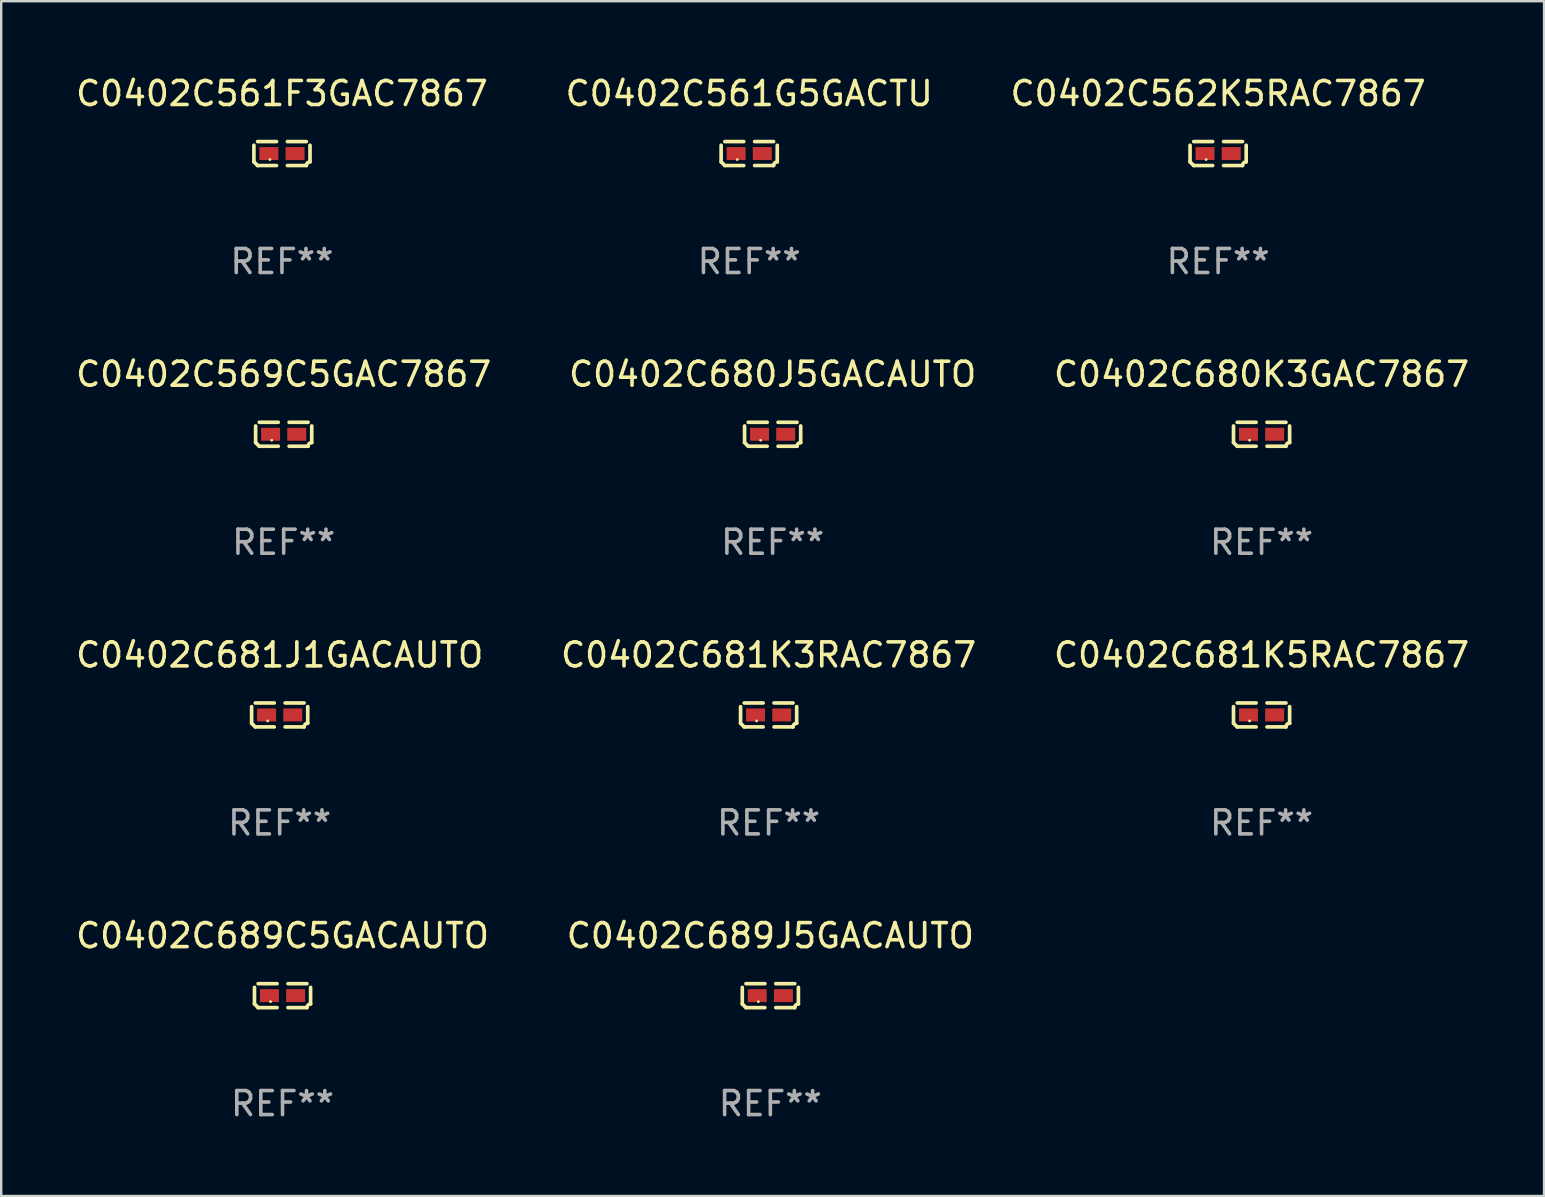
<source format=kicad_pcb>
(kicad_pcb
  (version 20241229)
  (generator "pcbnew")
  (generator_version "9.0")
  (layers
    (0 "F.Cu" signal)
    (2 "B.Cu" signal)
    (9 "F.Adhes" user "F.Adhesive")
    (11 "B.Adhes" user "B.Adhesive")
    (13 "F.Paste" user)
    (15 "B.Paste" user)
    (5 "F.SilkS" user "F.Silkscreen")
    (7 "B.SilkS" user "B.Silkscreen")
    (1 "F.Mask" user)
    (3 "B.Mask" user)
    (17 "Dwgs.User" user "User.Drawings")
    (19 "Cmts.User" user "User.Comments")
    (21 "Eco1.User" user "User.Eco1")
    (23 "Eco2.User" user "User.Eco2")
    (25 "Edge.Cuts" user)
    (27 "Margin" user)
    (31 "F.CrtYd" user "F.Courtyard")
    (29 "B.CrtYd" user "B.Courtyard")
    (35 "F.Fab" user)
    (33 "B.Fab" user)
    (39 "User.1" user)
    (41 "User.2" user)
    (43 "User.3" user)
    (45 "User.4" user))
  (footprint "C0402C689C5GACAUTO"
    (layer "F.Cu")
    (at 8.72 38.428)
    (property "Reference" "C0402C689C5GACAUTO" (at 0 -2.499 0) (layer "F.SilkS") (effects (font (size 1 1) (thickness 0.15))))
    (attr through_hole)
    (fp_line (start -1.169 0.346) (end -1.169 -0.346) (stroke (width 0.152) (type solid)) (layer "F.SilkS"))
    (fp_line (start -1.016 -0.499) (end -0.226 -0.499) (stroke (width 0.152) (type solid)) (layer "F.SilkS"))
    (fp_line (start -0.226 0.499) (end -1.016 0.499) (stroke (width 0.152) (type solid)) (layer "F.SilkS"))
    (fp_line (start 0.226 0.499) (end 1.016 0.499) (stroke (width 0.152) (type solid)) (layer "F.SilkS"))
    (fp_line (start 1.016 -0.499) (end 0.226 -0.499) (stroke (width 0.152) (type solid)) (layer "F.SilkS"))
    (fp_line (start 1.169 0.346) (end 1.169 -0.346) (stroke (width 0.152) (type solid)) (layer "F.SilkS"))
    (fp_arc (start -1.016307 0.498603) (mid -1.092512 0.422405) (end -1.16871 0.3462) (stroke (width 0.1524) (type solid)) (layer "F.SilkS"))
    (fp_arc (start 1.016307 0.498603) (mid 1.060899 0.390758) (end 1.168707 0.346076) (stroke (width 0.1524) (type solid)) (layer "F.SilkS"))
    (fp_circle (center -0.5 0.25) (end -0.47 0.25) (stroke (width 0.06) (type solid)) (fill no) (layer "F.SilkS"))
    (fp_text user "REF**" (at 0 4.499 0) (layer "F.Fab") (effects (font (size 1 1) (thickness 0.15))))
    (pad "1" smd rect (at -0.545 0) (size 0.79 0.54) (layers "F.Cu" "F.Mask" "F.Paste"))
    (pad "2" smd rect (at 0.545 0) (size 0.79 0.54) (layers "F.Cu" "F.Mask" "F.Paste")))
  (footprint "C0402C681K5RAC7867"
    (layer "F.Cu")
    (at 49.506 26.734)
    (property "Reference" "C0402C681K5RAC7867" (at 0 -2.499 0) (layer "F.SilkS") (effects (font (size 1 1) (thickness 0.15))))
    (attr through_hole)
    (fp_line (start -1.169 0.346) (end -1.169 -0.346) (stroke (width 0.152) (type solid)) (layer "F.SilkS"))
    (fp_line (start -1.016 -0.499) (end -0.226 -0.499) (stroke (width 0.152) (type solid)) (layer "F.SilkS"))
    (fp_line (start -0.226 0.499) (end -1.016 0.499) (stroke (width 0.152) (type solid)) (layer "F.SilkS"))
    (fp_line (start 0.226 0.499) (end 1.016 0.499) (stroke (width 0.152) (type solid)) (layer "F.SilkS"))
    (fp_line (start 1.016 -0.499) (end 0.226 -0.499) (stroke (width 0.152) (type solid)) (layer "F.SilkS"))
    (fp_line (start 1.169 0.346) (end 1.169 -0.346) (stroke (width 0.152) (type solid)) (layer "F.SilkS"))
    (fp_arc (start -1.016307 0.498603) (mid -1.092512 0.422405) (end -1.16871 0.3462) (stroke (width 0.1524) (type solid)) (layer "F.SilkS"))
    (fp_arc (start 1.016307 0.498603) (mid 1.060899 0.390758) (end 1.168707 0.346076) (stroke (width 0.1524) (type solid)) (layer "F.SilkS"))
    (fp_circle (center -0.5 0.25) (end -0.47 0.25) (stroke (width 0.06) (type solid)) (fill no) (layer "F.SilkS"))
    (fp_text user "REF**" (at 0 4.499 0) (layer "F.Fab") (effects (font (size 1 1) (thickness 0.15))))
    (pad "1" smd rect (at -0.545 0) (size 0.79 0.54) (layers "F.Cu" "F.Mask" "F.Paste"))
    (pad "2" smd rect (at 0.545 0) (size 0.79 0.54) (layers "F.Cu" "F.Mask" "F.Paste")))
  (footprint "C0402C569C5GAC7867"
    (layer "F.Cu")
    (at 8.768 15.041)
    (property "Reference" "C0402C569C5GAC7867" (at 0 -2.499 0) (layer "F.SilkS") (effects (font (size 1 1) (thickness 0.15))))
    (attr through_hole)
    (fp_line (start -1.169 0.346) (end -1.169 -0.346) (stroke (width 0.152) (type solid)) (layer "F.SilkS"))
    (fp_line (start -1.016 -0.499) (end -0.226 -0.499) (stroke (width 0.152) (type solid)) (layer "F.SilkS"))
    (fp_line (start -0.226 0.499) (end -1.016 0.499) (stroke (width 0.152) (type solid)) (layer "F.SilkS"))
    (fp_line (start 0.226 0.499) (end 1.016 0.499) (stroke (width 0.152) (type solid)) (layer "F.SilkS"))
    (fp_line (start 1.016 -0.499) (end 0.226 -0.499) (stroke (width 0.152) (type solid)) (layer "F.SilkS"))
    (fp_line (start 1.169 0.346) (end 1.169 -0.346) (stroke (width 0.152) (type solid)) (layer "F.SilkS"))
    (fp_arc (start -1.016307 0.498603) (mid -1.092512 0.422405) (end -1.16871 0.3462) (stroke (width 0.1524) (type solid)) (layer "F.SilkS"))
    (fp_arc (start 1.016307 0.498603) (mid 1.060899 0.390758) (end 1.168707 0.346076) (stroke (width 0.1524) (type solid)) (layer "F.SilkS"))
    (fp_circle (center -0.5 0.25) (end -0.47 0.25) (stroke (width 0.06) (type solid)) (fill no) (layer "F.SilkS"))
    (fp_text user "REF**" (at 0 4.499 0) (layer "F.Fab") (effects (font (size 1 1) (thickness 0.15))))
    (pad "1" smd rect (at -0.545 0) (size 0.79 0.54) (layers "F.Cu" "F.Mask" "F.Paste"))
    (pad "2" smd rect (at 0.545 0) (size 0.79 0.54) (layers "F.Cu" "F.Mask" "F.Paste")))
  (footprint "C0402C562K5RAC7867"
    (layer "F.Cu")
    (at 47.696 3.347)
    (property "Reference" "C0402C562K5RAC7867" (at 0 -2.499 0) (layer "F.SilkS") (effects (font (size 1 1) (thickness 0.15))))
    (attr through_hole)
    (fp_line (start -1.169 0.346) (end -1.169 -0.346) (stroke (width 0.152) (type solid)) (layer "F.SilkS"))
    (fp_line (start -1.016 -0.499) (end -0.226 -0.499) (stroke (width 0.152) (type solid)) (layer "F.SilkS"))
    (fp_line (start -0.226 0.499) (end -1.016 0.499) (stroke (width 0.152) (type solid)) (layer "F.SilkS"))
    (fp_line (start 0.226 0.499) (end 1.016 0.499) (stroke (width 0.152) (type solid)) (layer "F.SilkS"))
    (fp_line (start 1.016 -0.499) (end 0.226 -0.499) (stroke (width 0.152) (type solid)) (layer "F.SilkS"))
    (fp_line (start 1.169 0.346) (end 1.169 -0.346) (stroke (width 0.152) (type solid)) (layer "F.SilkS"))
    (fp_arc (start -1.016307 0.498603) (mid -1.092512 0.422405) (end -1.16871 0.3462) (stroke (width 0.1524) (type solid)) (layer "F.SilkS"))
    (fp_arc (start 1.016307 0.498603) (mid 1.060899 0.390758) (end 1.168707 0.346076) (stroke (width 0.1524) (type solid)) (layer "F.SilkS"))
    (fp_circle (center -0.5 0.25) (end -0.47 0.25) (stroke (width 0.06) (type solid)) (fill no) (layer "F.SilkS"))
    (fp_text user "REF**" (at 0 4.499 0) (layer "F.Fab") (effects (font (size 1 1) (thickness 0.15))))
    (pad "1" smd rect (at -0.545 0) (size 0.79 0.54) (layers "F.Cu" "F.Mask" "F.Paste"))
    (pad "2" smd rect (at 0.545 0) (size 0.79 0.54) (layers "F.Cu" "F.Mask" "F.Paste")))
  (footprint "C0402C561G5GACTU"
    (layer "F.Cu")
    (at 28.161 3.347)
    (property "Reference" "C0402C561G5GACTU" (at 0 -2.499 0) (layer "F.SilkS") (effects (font (size 1 1) (thickness 0.15))))
    (attr through_hole)
    (fp_line (start -1.169 0.346) (end -1.169 -0.346) (stroke (width 0.152) (type solid)) (layer "F.SilkS"))
    (fp_line (start -1.016 -0.499) (end -0.226 -0.499) (stroke (width 0.152) (type solid)) (layer "F.SilkS"))
    (fp_line (start -0.226 0.499) (end -1.016 0.499) (stroke (width 0.152) (type solid)) (layer "F.SilkS"))
    (fp_line (start 0.226 0.499) (end 1.016 0.499) (stroke (width 0.152) (type solid)) (layer "F.SilkS"))
    (fp_line (start 1.016 -0.499) (end 0.226 -0.499) (stroke (width 0.152) (type solid)) (layer "F.SilkS"))
    (fp_line (start 1.169 0.346) (end 1.169 -0.346) (stroke (width 0.152) (type solid)) (layer "F.SilkS"))
    (fp_arc (start -1.016307 0.498603) (mid -1.092512 0.422405) (end -1.16871 0.3462) (stroke (width 0.1524) (type solid)) (layer "F.SilkS"))
    (fp_arc (start 1.016307 0.498603) (mid 1.060899 0.390758) (end 1.168707 0.346076) (stroke (width 0.1524) (type solid)) (layer "F.SilkS"))
    (fp_circle (center -0.5 0.25) (end -0.47 0.25) (stroke (width 0.06) (type solid)) (fill no) (layer "F.SilkS"))
    (fp_text user "REF**" (at 0 4.499 0) (layer "F.Fab") (effects (font (size 1 1) (thickness 0.15))))
    (pad "1" smd rect (at -0.545 0) (size 0.79 0.54) (layers "F.Cu" "F.Mask" "F.Paste"))
    (pad "2" smd rect (at 0.545 0) (size 0.79 0.54) (layers "F.Cu" "F.Mask" "F.Paste")))
  (footprint "C0402C681J1GACAUTO"
    (layer "F.Cu")
    (at 8.601 26.734)
    (property "Reference" "C0402C681J1GACAUTO" (at 0 -2.499 0) (layer "F.SilkS") (effects (font (size 1 1) (thickness 0.15))))
    (attr through_hole)
    (fp_line (start -1.169 0.346) (end -1.169 -0.346) (stroke (width 0.152) (type solid)) (layer "F.SilkS"))
    (fp_line (start -1.016 -0.499) (end -0.226 -0.499) (stroke (width 0.152) (type solid)) (layer "F.SilkS"))
    (fp_line (start -0.226 0.499) (end -1.016 0.499) (stroke (width 0.152) (type solid)) (layer "F.SilkS"))
    (fp_line (start 0.226 0.499) (end 1.016 0.499) (stroke (width 0.152) (type solid)) (layer "F.SilkS"))
    (fp_line (start 1.016 -0.499) (end 0.226 -0.499) (stroke (width 0.152) (type solid)) (layer "F.SilkS"))
    (fp_line (start 1.169 0.346) (end 1.169 -0.346) (stroke (width 0.152) (type solid)) (layer "F.SilkS"))
    (fp_arc (start -1.016307 0.498603) (mid -1.092512 0.422405) (end -1.16871 0.3462) (stroke (width 0.1524) (type solid)) (layer "F.SilkS"))
    (fp_arc (start 1.016307 0.498603) (mid 1.060899 0.390758) (end 1.168707 0.346076) (stroke (width 0.1524) (type solid)) (layer "F.SilkS"))
    (fp_circle (center -0.5 0.25) (end -0.47 0.25) (stroke (width 0.06) (type solid)) (fill no) (layer "F.SilkS"))
    (fp_text user "REF**" (at 0 4.499 0) (layer "F.Fab") (effects (font (size 1 1) (thickness 0.15))))
    (pad "1" smd rect (at -0.545 0) (size 0.79 0.54) (layers "F.Cu" "F.Mask" "F.Paste"))
    (pad "2" smd rect (at 0.545 0) (size 0.79 0.54) (layers "F.Cu" "F.Mask" "F.Paste")))
  (footprint "C0402C689J5GACAUTO"
    (layer "F.Cu")
    (at 29.042 38.428)
    (property "Reference" "C0402C689J5GACAUTO" (at 0 -2.499 0) (layer "F.SilkS") (effects (font (size 1 1) (thickness 0.15))))
    (attr through_hole)
    (fp_line (start -1.169 0.346) (end -1.169 -0.346) (stroke (width 0.152) (type solid)) (layer "F.SilkS"))
    (fp_line (start -1.016 -0.499) (end -0.226 -0.499) (stroke (width 0.152) (type solid)) (layer "F.SilkS"))
    (fp_line (start -0.226 0.499) (end -1.016 0.499) (stroke (width 0.152) (type solid)) (layer "F.SilkS"))
    (fp_line (start 0.226 0.499) (end 1.016 0.499) (stroke (width 0.152) (type solid)) (layer "F.SilkS"))
    (fp_line (start 1.016 -0.499) (end 0.226 -0.499) (stroke (width 0.152) (type solid)) (layer "F.SilkS"))
    (fp_line (start 1.169 0.346) (end 1.169 -0.346) (stroke (width 0.152) (type solid)) (layer "F.SilkS"))
    (fp_arc (start -1.016307 0.498603) (mid -1.092512 0.422405) (end -1.16871 0.3462) (stroke (width 0.1524) (type solid)) (layer "F.SilkS"))
    (fp_arc (start 1.016307 0.498603) (mid 1.060899 0.390758) (end 1.168707 0.346076) (stroke (width 0.1524) (type solid)) (layer "F.SilkS"))
    (fp_circle (center -0.5 0.25) (end -0.47 0.25) (stroke (width 0.06) (type solid)) (fill no) (layer "F.SilkS"))
    (fp_text user "REF**" (at 0 4.499 0) (layer "F.Fab") (effects (font (size 1 1) (thickness 0.15))))
    (pad "1" smd rect (at -0.545 0) (size 0.79 0.54) (layers "F.Cu" "F.Mask" "F.Paste"))
    (pad "2" smd rect (at 0.545 0) (size 0.79 0.54) (layers "F.Cu" "F.Mask" "F.Paste")))
  (footprint "C0402C680J5GACAUTO"
    (layer "F.Cu")
    (at 29.137 15.041)
    (property "Reference" "C0402C680J5GACAUTO" (at 0 -2.499 0) (layer "F.SilkS") (effects (font (size 1 1) (thickness 0.15))))
    (attr through_hole)
    (fp_line (start -1.169 0.346) (end -1.169 -0.346) (stroke (width 0.152) (type solid)) (layer "F.SilkS"))
    (fp_line (start -1.016 -0.499) (end -0.226 -0.499) (stroke (width 0.152) (type solid)) (layer "F.SilkS"))
    (fp_line (start -0.226 0.499) (end -1.016 0.499) (stroke (width 0.152) (type solid)) (layer "F.SilkS"))
    (fp_line (start 0.226 0.499) (end 1.016 0.499) (stroke (width 0.152) (type solid)) (layer "F.SilkS"))
    (fp_line (start 1.016 -0.499) (end 0.226 -0.499) (stroke (width 0.152) (type solid)) (layer "F.SilkS"))
    (fp_line (start 1.169 0.346) (end 1.169 -0.346) (stroke (width 0.152) (type solid)) (layer "F.SilkS"))
    (fp_arc (start -1.016307 0.498603) (mid -1.092512 0.422405) (end -1.16871 0.3462) (stroke (width 0.1524) (type solid)) (layer "F.SilkS"))
    (fp_arc (start 1.016307 0.498603) (mid 1.060899 0.390758) (end 1.168707 0.346076) (stroke (width 0.1524) (type solid)) (layer "F.SilkS"))
    (fp_circle (center -0.5 0.25) (end -0.47 0.25) (stroke (width 0.06) (type solid)) (fill no) (layer "F.SilkS"))
    (fp_text user "REF**" (at 0 4.499 0) (layer "F.Fab") (effects (font (size 1 1) (thickness 0.15))))
    (pad "1" smd rect (at -0.545 0) (size 0.79 0.54) (layers "F.Cu" "F.Mask" "F.Paste"))
    (pad "2" smd rect (at 0.545 0) (size 0.79 0.54) (layers "F.Cu" "F.Mask" "F.Paste")))
  (footprint "C0402C680K3GAC7867"
    (layer "F.Cu")
    (at 49.506 15.041)
    (property "Reference" "C0402C680K3GAC7867" (at 0 -2.499 0) (layer "F.SilkS") (effects (font (size 1 1) (thickness 0.15))))
    (attr through_hole)
    (fp_line (start -1.169 0.346) (end -1.169 -0.346) (stroke (width 0.152) (type solid)) (layer "F.SilkS"))
    (fp_line (start -1.016 -0.499) (end -0.226 -0.499) (stroke (width 0.152) (type solid)) (layer "F.SilkS"))
    (fp_line (start -0.226 0.499) (end -1.016 0.499) (stroke (width 0.152) (type solid)) (layer "F.SilkS"))
    (fp_line (start 0.226 0.499) (end 1.016 0.499) (stroke (width 0.152) (type solid)) (layer "F.SilkS"))
    (fp_line (start 1.016 -0.499) (end 0.226 -0.499) (stroke (width 0.152) (type solid)) (layer "F.SilkS"))
    (fp_line (start 1.169 0.346) (end 1.169 -0.346) (stroke (width 0.152) (type solid)) (layer "F.SilkS"))
    (fp_arc (start -1.016307 0.498603) (mid -1.092512 0.422405) (end -1.16871 0.3462) (stroke (width 0.1524) (type solid)) (layer "F.SilkS"))
    (fp_arc (start 1.016307 0.498603) (mid 1.060899 0.390758) (end 1.168707 0.346076) (stroke (width 0.1524) (type solid)) (layer "F.SilkS"))
    (fp_circle (center -0.5 0.25) (end -0.47 0.25) (stroke (width 0.06) (type solid)) (fill no) (layer "F.SilkS"))
    (fp_text user "REF**" (at 0 4.499 0) (layer "F.Fab") (effects (font (size 1 1) (thickness 0.15))))
    (pad "1" smd rect (at -0.545 0) (size 0.79 0.54) (layers "F.Cu" "F.Mask" "F.Paste"))
    (pad "2" smd rect (at 0.545 0) (size 0.79 0.54) (layers "F.Cu" "F.Mask" "F.Paste")))
  (footprint "C0402C681K3RAC7867"
    (layer "F.Cu")
    (at 28.97 26.734)
    (property "Reference" "C0402C681K3RAC7867" (at 0 -2.499 0) (layer "F.SilkS") (effects (font (size 1 1) (thickness 0.15))))
    (attr through_hole)
    (fp_line (start -1.169 0.346) (end -1.169 -0.346) (stroke (width 0.152) (type solid)) (layer "F.SilkS"))
    (fp_line (start -1.016 -0.499) (end -0.226 -0.499) (stroke (width 0.152) (type solid)) (layer "F.SilkS"))
    (fp_line (start -0.226 0.499) (end -1.016 0.499) (stroke (width 0.152) (type solid)) (layer "F.SilkS"))
    (fp_line (start 0.226 0.499) (end 1.016 0.499) (stroke (width 0.152) (type solid)) (layer "F.SilkS"))
    (fp_line (start 1.016 -0.499) (end 0.226 -0.499) (stroke (width 0.152) (type solid)) (layer "F.SilkS"))
    (fp_line (start 1.169 0.346) (end 1.169 -0.346) (stroke (width 0.152) (type solid)) (layer "F.SilkS"))
    (fp_arc (start -1.016307 0.498603) (mid -1.092512 0.422405) (end -1.16871 0.3462) (stroke (width 0.1524) (type solid)) (layer "F.SilkS"))
    (fp_arc (start 1.016307 0.498603) (mid 1.060899 0.390758) (end 1.168707 0.346076) (stroke (width 0.1524) (type solid)) (layer "F.SilkS"))
    (fp_circle (center -0.5 0.25) (end -0.47 0.25) (stroke (width 0.06) (type solid)) (fill no) (layer "F.SilkS"))
    (fp_text user "REF**" (at 0 4.499 0) (layer "F.Fab") (effects (font (size 1 1) (thickness 0.15))))
    (pad "1" smd rect (at -0.545 0) (size 0.79 0.54) (layers "F.Cu" "F.Mask" "F.Paste"))
    (pad "2" smd rect (at 0.545 0) (size 0.79 0.54) (layers "F.Cu" "F.Mask" "F.Paste")))
  (footprint "C0402C561F3GAC7867"
    (layer "F.Cu")
    (at 8.696 3.347)
    (property "Reference" "C0402C561F3GAC7867" (at 0 -2.499 0) (layer "F.SilkS") (effects (font (size 1 1) (thickness 0.15))))
    (attr through_hole)
    (fp_line (start -1.169 0.346) (end -1.169 -0.346) (stroke (width 0.152) (type solid)) (layer "F.SilkS"))
    (fp_line (start -1.016 -0.499) (end -0.226 -0.499) (stroke (width 0.152) (type solid)) (layer "F.SilkS"))
    (fp_line (start -0.226 0.499) (end -1.016 0.499) (stroke (width 0.152) (type solid)) (layer "F.SilkS"))
    (fp_line (start 0.226 0.499) (end 1.016 0.499) (stroke (width 0.152) (type solid)) (layer "F.SilkS"))
    (fp_line (start 1.016 -0.499) (end 0.226 -0.499) (stroke (width 0.152) (type solid)) (layer "F.SilkS"))
    (fp_line (start 1.169 0.346) (end 1.169 -0.346) (stroke (width 0.152) (type solid)) (layer "F.SilkS"))
    (fp_arc (start -1.016307 0.498603) (mid -1.092512 0.422405) (end -1.16871 0.3462) (stroke (width 0.1524) (type solid)) (layer "F.SilkS"))
    (fp_arc (start 1.016307 0.498603) (mid 1.060899 0.390758) (end 1.168707 0.346076) (stroke (width 0.1524) (type solid)) (layer "F.SilkS"))
    (fp_circle (center -0.5 0.25) (end -0.47 0.25) (stroke (width 0.06) (type solid)) (fill no) (layer "F.SilkS"))
    (fp_text user "REF**" (at 0 4.499 0) (layer "F.Fab") (effects (font (size 1 1) (thickness 0.15))))
    (pad "1" smd rect (at -0.545 0) (size 0.79 0.54) (layers "F.Cu" "F.Mask" "F.Paste"))
    (pad "2" smd rect (at 0.545 0) (size 0.79 0.54) (layers "F.Cu" "F.Mask" "F.Paste")))
  (gr_rect
    (start -3 -3)
    (end 61.274 46.775)
    (stroke (width 0.1) (type default))
    (fill no)
    (layer "Edge.Cuts")))
</source>
